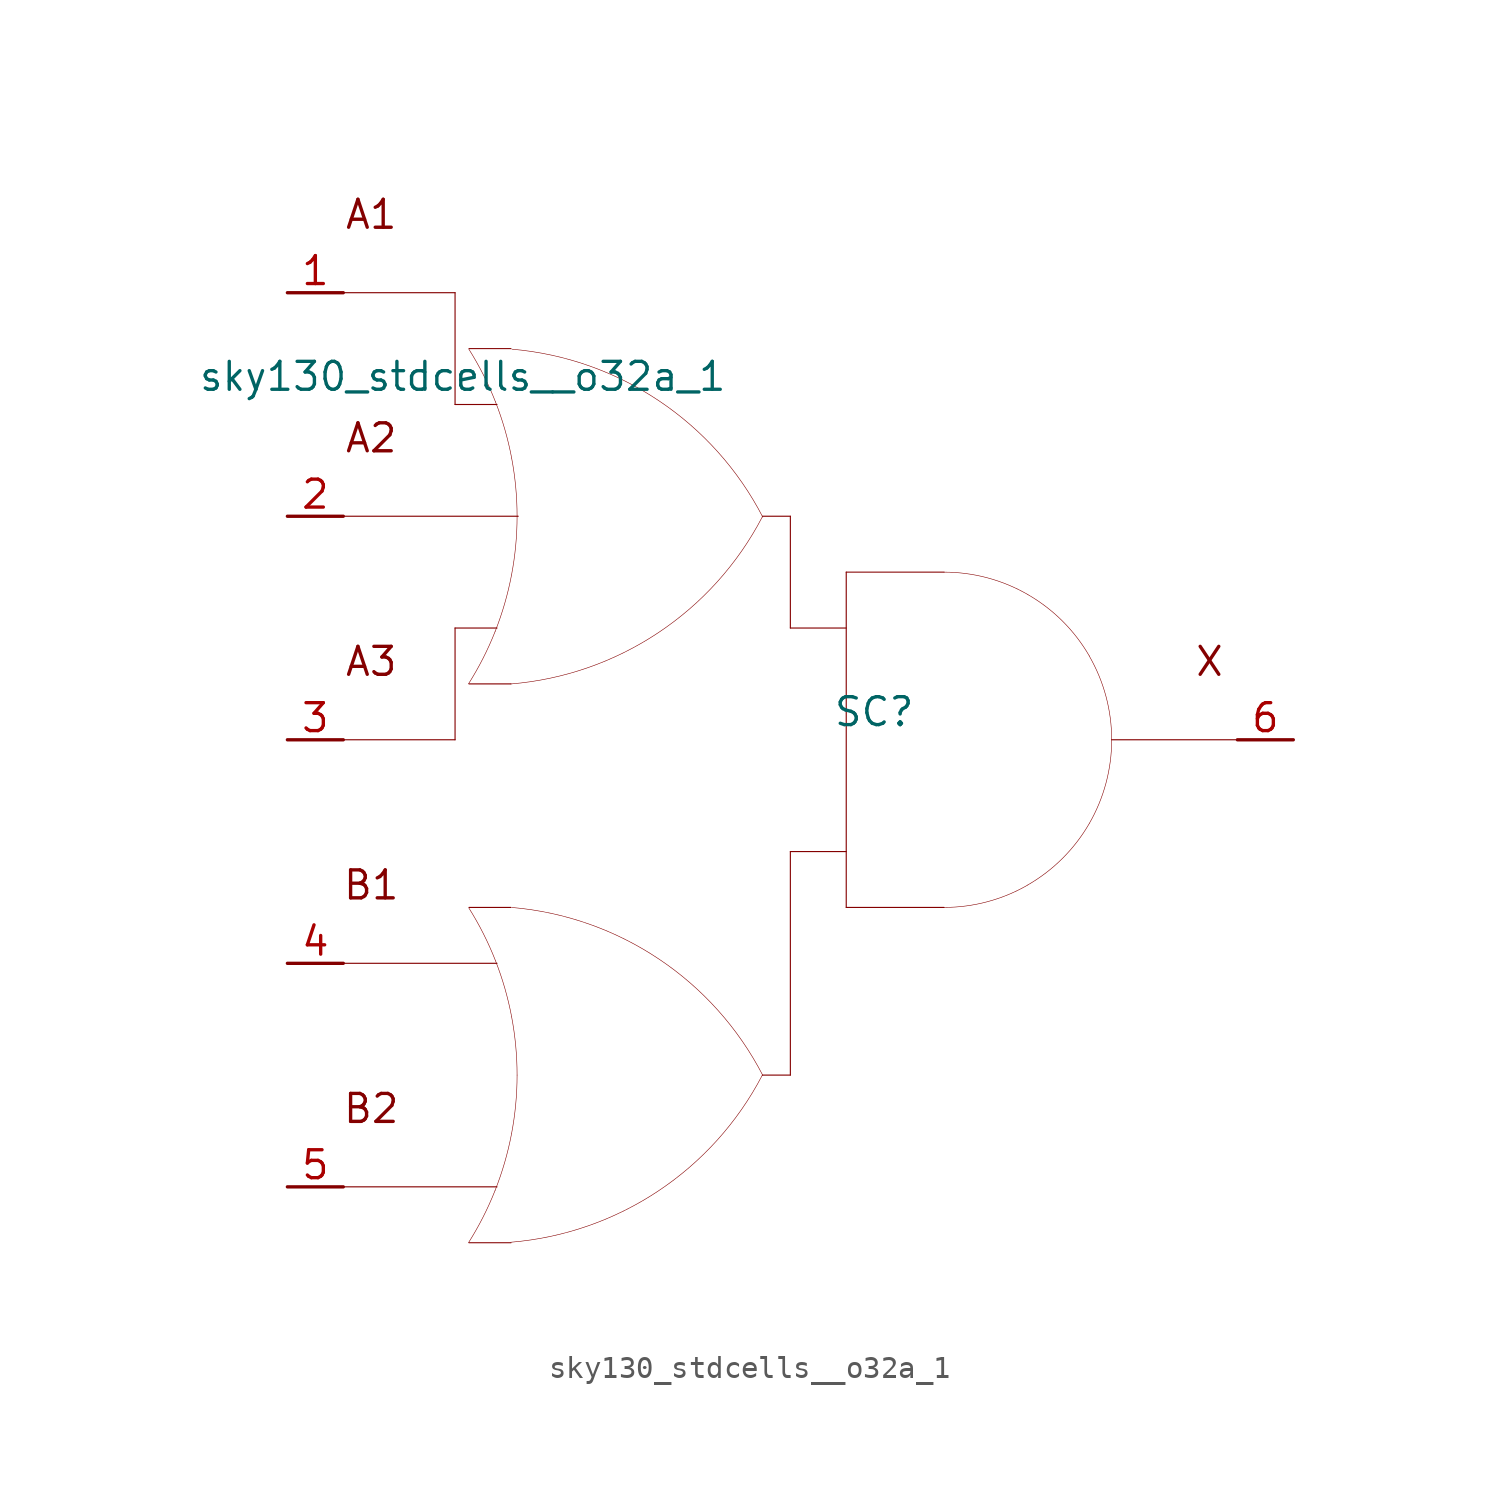
<source format=kicad_sym>
(kicad_symbol_lib
  (version 20211014)
  (generator kicad_symbol_editor)
  (symbol "sky130_stdcells__o32a_1"
    (pin_names hide)
    (property "Reference" "SC"
      (at 3.81 1.27 0)
      (effects (font (size 1.27 1.27))))
    (property "Value" "sky130_stdcells__o32a_1"
      (at -2.845 16.51 0)
      (effects (font (size 1.27 1.27)) (justify right)))
    (symbol "sky130_stdcells__o32a_1_0_0"
      (arc (start -14.6255 -22.8542) (mid -13.968 -21.698) (end -13.4212 -20.4856) (stroke (width 0.0254) (type default) (color 0 0 0 0)) (fill (type none)))
      (arc (start -14.6255 2.5458) (mid -13.968 3.702) (end -13.4212 4.9144) (stroke (width 0.0254) (type default) (color 0 0 0 0)) (fill (type none)))
      (arc (start -13.4212 -20.4856) (mid -12.9863 -19.2155) (end -12.673 -17.9101) (stroke (width 0.0254) (type default) (color 0 0 0 0)) (fill (type none)))
      (arc (start -13.4212 4.9144) (mid -12.9863 6.1845) (end -12.673 7.4899) (stroke (width 0.0254) (type default) (color 0 0 0 0)) (fill (type none)))
      (arc (start -13.403 -10.0407) (mid -13.9512 -8.8152) (end -14.6123 -7.6468) (stroke (width 0.0254) (type default) (color 0 0 0 0)) (fill (type none)))
      (arc (start -13.403 15.3593) (mid -13.9512 16.5848) (end -14.6123 17.7532) (stroke (width 0.0254) (type default) (color 0 0 0 0)) (fill (type none)))
      (arc (start -12.705 -22.8377) (mid -6.011 -20.5132) (end -1.2741 -15.243) (stroke (width 0.0254) (type default) (color 0 0 0 0)) (fill (type none)))
      (arc (start -12.705 2.5369) (mid -6.011 4.8614) (end -1.2741 10.1316) (stroke (width 0.0254) (type default) (color 0 0 0 0)) (fill (type none)))
      (arc (start -12.673 -17.9101) (mid -12.4838 -16.581) (end -12.4206 -15.24) (stroke (width 0.0254) (type default) (color 0 0 0 0)) (fill (type none)))
      (arc (start -12.673 7.4899) (mid -12.4838 8.819) (end -12.4206 10.16) (stroke (width 0.0254) (type default) (color 0 0 0 0)) (fill (type none)))
      (arc (start -12.6684 -12.5944) (mid -12.9761 -11.3004) (end -13.403 -10.0407) (stroke (width 0.0254) (type default) (color 0 0 0 0)) (fill (type none)))
      (arc (start -12.6684 12.8056) (mid -12.9761 14.0996) (end -13.403 15.3593) (stroke (width 0.0254) (type default) (color 0 0 0 0)) (fill (type none)))
      (arc (start -12.4206 -15.24) (mid -12.4827 -13.9114) (end -12.6684 -12.5944) (stroke (width 0.0254) (type default) (color 0 0 0 0)) (fill (type none)))
      (arc (start -12.4206 10.16) (mid -12.4827 11.4886) (end -12.6684 12.8056) (stroke (width 0.0254) (type default) (color 0 0 0 0)) (fill (type none)))
      (arc (start -1.2513 -15.2556) (mid -5.9698 -9.969) (end -12.6556 -7.6211) (stroke (width 0.0254) (type default) (color 0 0 0 0)) (fill (type none)))
      (arc (start -1.2513 10.119) (mid -5.9698 15.4056) (end -12.6556 17.7535) (stroke (width 0.0254) (type default) (color 0 0 0 0)) (fill (type none)))
      (polyline (pts (xy -20.32 -20.32) (xy -13.335 -20.32)) (stroke (width 0.051) (type default) (color 0 0 0 0)) (fill (type none)))
      (polyline (pts (xy -20.32 -10.16) (xy -13.335 -10.16)) (stroke (width 0.051) (type default) (color 0 0 0 0)) (fill (type none)))
      (polyline (pts (xy -20.32 0) (xy -15.24 0)) (stroke (width 0.051) (type default) (color 0 0 0 0)) (fill (type none)))
      (polyline (pts (xy -20.32 10.16) (xy -12.37 10.16)) (stroke (width 0.051) (type default) (color 0 0 0 0)) (fill (type none)))
      (polyline (pts (xy -20.32 20.32) (xy -15.24 20.32)) (stroke (width 0.051) (type default) (color 0 0 0 0)) (fill (type none)))
      (polyline (pts (xy -15.24 5.08) (xy -15.24 0)) (stroke (width 0.051) (type default) (color 0 0 0 0)) (fill (type none)))
      (polyline (pts (xy -15.24 5.08) (xy -13.335 5.08)) (stroke (width 0.051) (type default) (color 0 0 0 0)) (fill (type none)))
      (polyline (pts (xy -15.24 15.24) (xy -13.335 15.24)) (stroke (width 0.051) (type default) (color 0 0 0 0)) (fill (type none)))
      (polyline (pts (xy -15.24 20.32) (xy -15.24 15.24)) (stroke (width 0.051) (type default) (color 0 0 0 0)) (fill (type none)))
      (polyline (pts (xy -14.605 -22.86) (xy -12.7 -22.86)) (stroke (width 0.051) (type default) (color 0 0 0 0)) (fill (type none)))
      (polyline (pts (xy -14.605 -7.62) (xy -12.7 -7.62)) (stroke (width 0.051) (type default) (color 0 0 0 0)) (fill (type none)))
      (polyline (pts (xy -14.605 2.54) (xy -12.7 2.54)) (stroke (width 0.051) (type default) (color 0 0 0 0)) (fill (type none)))
      (polyline (pts (xy -14.605 17.78) (xy -12.7 17.78)) (stroke (width 0.051) (type default) (color 0 0 0 0)) (fill (type none)))
      (polyline (pts (xy -1.27 -15.24) (xy 0 -15.24)) (stroke (width 0.051) (type default) (color 0 0 0 0)) (fill (type none)))
      (polyline (pts (xy -1.27 10.16) (xy 0 10.16)) (stroke (width 0.051) (type default) (color 0 0 0 0)) (fill (type none)))
      (polyline (pts (xy 0 -5.08) (xy 0 -15.24)) (stroke (width 0.051) (type default) (color 0 0 0 0)) (fill (type none)))
      (polyline (pts (xy 0 -5.08) (xy 2.54 -5.08)) (stroke (width 0.051) (type default) (color 0 0 0 0)) (fill (type none)))
      (polyline (pts (xy 0 5.08) (xy 2.54 5.08)) (stroke (width 0.051) (type default) (color 0 0 0 0)) (fill (type none)))
      (polyline (pts (xy 0 10.16) (xy 0 5.08)) (stroke (width 0.051) (type default) (color 0 0 0 0)) (fill (type none)))
      (polyline (pts (xy 2.54 -7.62) (xy 6.985 -7.62)) (stroke (width 0.051) (type default) (color 0 0 0 0)) (fill (type none)))
      (polyline (pts (xy 2.54 7.62) (xy 2.54 -7.62)) (stroke (width 0.051) (type default) (color 0 0 0 0)) (fill (type none)))
      (polyline (pts (xy 2.54 7.62) (xy 6.985 7.62)) (stroke (width 0.051) (type default) (color 0 0 0 0)) (fill (type none)))
      (polyline (pts (xy 14.605 0) (xy 20.32 0)) (stroke (width 0.051) (type default) (color 0 0 0 0)) (fill (type none)))
      (arc (start 6.985 -7.62) (mid 8.9572 -7.3604) (end 10.795 -6.5991) (stroke (width 0.0254) (type default) (color 0 0 0 0)) (fill (type none)))
      (arc (start 10.795 -6.5991) (mid 12.3731 -5.3881) (end 13.5841 -3.81) (stroke (width 0.0254) (type default) (color 0 0 0 0)) (fill (type none)))
      (arc (start 10.795 6.5991) (mid 8.9572 7.3603) (end 6.985 7.62) (stroke (width 0.0254) (type default) (color 0 0 0 0)) (fill (type none)))
      (arc (start 13.5841 -3.81) (mid 14.3453 -1.9722) (end 14.605 0) (stroke (width 0.0254) (type default) (color 0 0 0 0)) (fill (type none)))
      (arc (start 13.5841 3.81) (mid 12.3731 5.3881) (end 10.795 6.5991) (stroke (width 0.0254) (type default) (color 0 0 0 0)) (fill (type none)))
      (arc (start 14.605 0) (mid 14.3454 1.9722) (end 13.5841 3.81) (stroke (width 0.0254) (type default) (color 0 0 0 0)) (fill (type none)))
      (text "A1" (at -19.05 23.876 0) (effects (font (size 1.27 1.27))))
      (text "A2" (at -19.05 13.716 0) (effects (font (size 1.27 1.27))))
      (text "A3" (at -19.05 3.556 0) (effects (font (size 1.27 1.27))))
      (text "B1" (at -19.05 -6.604 0) (effects (font (size 1.27 1.27))))
      (text "B2" (at -19.05 -16.764 0) (effects (font (size 1.27 1.27))))
      (text "X" (at 19.05 3.556 0) (effects (font (size 1.27 1.27)))))
    (symbol "sky130_stdcells__o32a_1_1_1"
      (pin input line (at -22.86 20.32 0) (length 2.54) (name "A1" (effects (font (size 1.092 1.092)))) (number "1" (effects (font (size 1.27 1.27)))))
      (pin input line (at -22.86 10.16 0) (length 2.54) (name "A2" (effects (font (size 1.092 1.092)))) (number "2" (effects (font (size 1.27 1.27)))))
      (pin input line (at -22.86 0 0) (length 2.54) (name "A3" (effects (font (size 1.092 1.092)))) (number "3" (effects (font (size 1.27 1.27)))))
      (pin input line (at -22.86 -10.16 0) (length 2.54) (name "B1" (effects (font (size 1.092 1.092)))) (number "4" (effects (font (size 1.27 1.27)))))
      (pin input line (at -22.86 -20.32 0) (length 2.54) (name "B2" (effects (font (size 1.092 1.092)))) (number "5" (effects (font (size 1.27 1.27)))))
      (pin output line (at 22.86 0 180) (length 2.54) (name "X" (effects (font (size 1.092 1.092)))) (number "6" (effects (font (size 1.27 1.27))))))))
</source>
